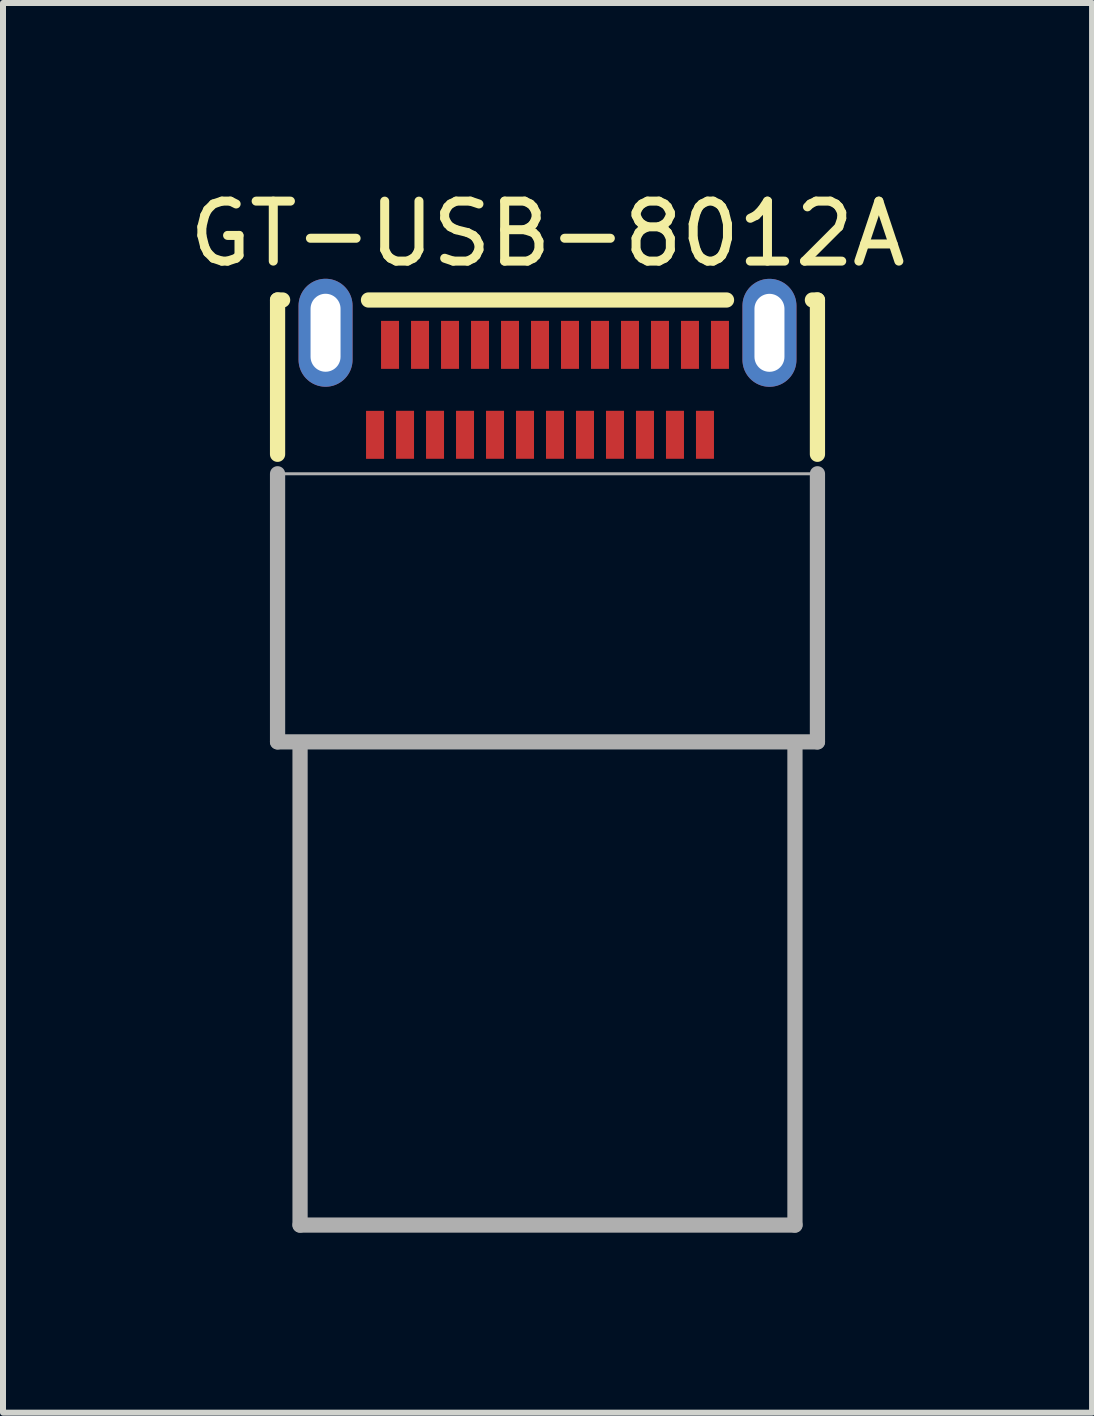
<source format=kicad_pcb>
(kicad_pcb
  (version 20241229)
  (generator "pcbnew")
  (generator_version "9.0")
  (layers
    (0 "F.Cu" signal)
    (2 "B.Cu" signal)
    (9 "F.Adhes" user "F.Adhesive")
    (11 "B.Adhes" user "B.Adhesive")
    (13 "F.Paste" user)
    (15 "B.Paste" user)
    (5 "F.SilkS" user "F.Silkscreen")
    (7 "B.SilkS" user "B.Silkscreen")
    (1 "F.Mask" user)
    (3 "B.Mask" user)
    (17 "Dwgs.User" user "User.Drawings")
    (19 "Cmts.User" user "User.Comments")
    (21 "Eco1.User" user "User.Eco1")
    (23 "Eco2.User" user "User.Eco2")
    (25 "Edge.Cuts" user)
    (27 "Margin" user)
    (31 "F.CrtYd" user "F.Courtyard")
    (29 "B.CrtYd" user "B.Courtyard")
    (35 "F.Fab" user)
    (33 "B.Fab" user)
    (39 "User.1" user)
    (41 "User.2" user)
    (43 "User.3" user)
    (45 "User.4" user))
  (footprint "GT-USB-8012A"
    (layer "F.Cu")
    (at 6.077 3.348)
    (property "Reference" "GT-USB-8012A" (at 0 -2.5 0) (layer "F.SilkS") (effects (font (size 1 1) (thickness 0.15))))
    (fp_line (start -4.5 1.175) (end -4.5 -1.397) (stroke (width 0.254) (type default)) (layer "F.SilkS"))
    (fp_line (start -4.416 -1.397) (end -4.5 -1.397) (stroke (width 0.254) (type default)) (layer "F.SilkS"))
    (fp_line (start 2.984 -1.397) (end -2.984 -1.397) (stroke (width 0.254) (type default)) (layer "F.SilkS"))
    (fp_line (start 4.5 -1.397) (end 4.416 -1.397) (stroke (width 0.254) (type default)) (layer "F.SilkS"))
    (fp_line (start 4.5 1.175) (end 4.5 -1.397) (stroke (width 0.254) (type default)) (layer "F.SilkS"))
    (fp_poly (pts (xy -3.025 1.25) (xy -3.025 0.45) (xy -2.725 0.45) (xy -2.725 1.25)) (stroke (width 0) (type default)) (fill yes) (layer "F.Paste"))
    (fp_poly (pts (xy -2.525 1.25) (xy -2.525 0.45) (xy -2.225 0.45) (xy -2.225 1.25)) (stroke (width 0) (type default)) (fill yes) (layer "F.Paste"))
    (fp_poly (pts (xy -2.475 -1.05) (xy -2.475 -0.249) (xy -2.775 -0.249) (xy -2.775 -1.05)) (stroke (width 0) (type default)) (fill yes) (layer "F.Paste"))
    (fp_poly (pts (xy -2.025 1.25) (xy -2.025 0.45) (xy -1.725 0.45) (xy -1.725 1.25)) (stroke (width 0) (type default)) (fill yes) (layer "F.Paste"))
    (fp_poly (pts (xy -1.975 -1.05) (xy -1.975 -0.249) (xy -2.275 -0.249) (xy -2.275 -1.05)) (stroke (width 0) (type default)) (fill yes) (layer "F.Paste"))
    (fp_poly (pts (xy -1.525 1.25) (xy -1.525 0.45) (xy -1.225 0.45) (xy -1.225 1.25)) (stroke (width 0) (type default)) (fill yes) (layer "F.Paste"))
    (fp_poly (pts (xy -1.475 -1.05) (xy -1.475 -0.249) (xy -1.775 -0.249) (xy -1.775 -1.05)) (stroke (width 0) (type default)) (fill yes) (layer "F.Paste"))
    (fp_poly (pts (xy -1.275 -0.249) (xy -1.275 -1.05) (xy -0.975 -1.05) (xy -0.975 -0.249)) (stroke (width 0) (type default)) (fill yes) (layer "F.Paste"))
    (fp_poly (pts (xy -1.025 1.25) (xy -1.025 0.45) (xy -0.725 0.45) (xy -0.725 1.25)) (stroke (width 0) (type default)) (fill yes) (layer "F.Paste"))
    (fp_poly (pts (xy -0.775 -0.249) (xy -0.775 -1.05) (xy -0.475 -1.05) (xy -0.475 -0.249)) (stroke (width 0) (type default)) (fill yes) (layer "F.Paste"))
    (fp_poly (pts (xy -0.525 1.25) (xy -0.525 0.45) (xy -0.225 0.45) (xy -0.225 1.25)) (stroke (width 0) (type default)) (fill yes) (layer "F.Paste"))
    (fp_poly (pts (xy -0.275 -0.249) (xy -0.275 -1.05) (xy 0.025 -1.05) (xy 0.025 -0.249)) (stroke (width 0) (type default)) (fill yes) (layer "F.Paste"))
    (fp_poly (pts (xy -0.025 1.25) (xy -0.025 0.45) (xy 0.275 0.45) (xy 0.275 1.25)) (stroke (width 0) (type default)) (fill yes) (layer "F.Paste"))
    (fp_poly (pts (xy 0.225 -0.249) (xy 0.225 -1.05) (xy 0.525 -1.05) (xy 0.525 -0.249)) (stroke (width 0) (type default)) (fill yes) (layer "F.Paste"))
    (fp_poly (pts (xy 0.475 1.25) (xy 0.475 0.45) (xy 0.775 0.45) (xy 0.775 1.25)) (stroke (width 0) (type default)) (fill yes) (layer "F.Paste"))
    (fp_poly (pts (xy 0.725 -0.249) (xy 0.725 -1.05) (xy 1.025 -1.05) (xy 1.025 -0.249)) (stroke (width 0) (type default)) (fill yes) (layer "F.Paste"))
    (fp_poly (pts (xy 0.975 1.25) (xy 0.975 0.45) (xy 1.275 0.45) (xy 1.275 1.25)) (stroke (width 0) (type default)) (fill yes) (layer "F.Paste"))
    (fp_poly (pts (xy 1.225 -0.249) (xy 1.225 -1.05) (xy 1.525 -1.05) (xy 1.525 -0.249)) (stroke (width 0) (type default)) (fill yes) (layer "F.Paste"))
    (fp_poly (pts (xy 1.725 -0.249) (xy 1.725 -1.05) (xy 2.025 -1.05) (xy 2.025 -0.249)) (stroke (width 0) (type default)) (fill yes) (layer "F.Paste"))
    (fp_poly (pts (xy 1.775 0.45) (xy 1.775 1.25) (xy 1.475 1.25) (xy 1.475 0.45)) (stroke (width 0) (type default)) (fill yes) (layer "F.Paste"))
    (fp_poly (pts (xy 2.275 0.45) (xy 2.275 1.25) (xy 1.975 1.25) (xy 1.975 0.45)) (stroke (width 0) (type default)) (fill yes) (layer "F.Paste"))
    (fp_poly (pts (xy 2.525 -1.05) (xy 2.525 -0.249) (xy 2.225 -0.249) (xy 2.225 -1.05)) (stroke (width 0) (type default)) (fill yes) (layer "F.Paste"))
    (fp_poly (pts (xy 2.775 0.45) (xy 2.775 1.25) (xy 2.475 1.25) (xy 2.475 0.45)) (stroke (width 0) (type default)) (fill yes) (layer "F.Paste"))
    (fp_poly (pts (xy 3.025 -1.05) (xy 3.025 -0.249) (xy 2.725 -0.249) (xy 2.725 -1.05)) (stroke (width 0) (type default)) (fill yes) (layer "F.Paste"))
    (fp_poly (pts (xy -3.667 -1.749) (xy -3.689 -1.75) (xy -3.711 -1.75) (xy -3.733 -1.749) (xy -3.756 -1.747) (xy -3.778 -1.744) (xy -3.8 -1.739) (xy -3.822 -1.734) (xy -3.844 -1.727) (xy -3.865 -1.719) (xy -3.885 -1.71) (xy -3.905 -1.7) (xy -3.925 -1.69) (xy -3.944 -1.679) (xy -3.962 -1.665) (xy -3.981 -1.652) (xy -3.998 -1.637) (xy -4.014 -1.623) (xy -4.03 -1.607) (xy -4.045 -1.589) (xy -4.059 -1.572) (xy -4.072 -1.554) (xy -4.084 -1.535) (xy -4.095 -1.516) (xy -4.106 -1.496) (xy -4.114 -1.475) (xy -4.123 -1.454) (xy -4.13 -1.433) (xy -4.136 -1.411) (xy -4.141 -1.389) (xy -4.145 -1.367) (xy -4.148 -1.345) (xy -4.149 -1.323) (xy -4.15 -1.3) (xy -4.15 -0.401) (xy -4.149 -0.378) (xy -4.148 -0.355) (xy -4.145 -0.333) (xy -4.141 -0.311) (xy -4.136 -0.289) (xy -4.13 -0.268) (xy -4.123 -0.246) (xy -4.114 -0.226) (xy -4.106 -0.205) (xy -4.095 -0.185) (xy -4.084 -0.166) (xy -4.072 -0.147) (xy -4.059 -0.129) (xy -4.045 -0.111) (xy -4.03 -0.094) (xy -4.014 -0.078) (xy -3.998 -0.063) (xy -3.981 -0.049) (xy -3.962 -0.035) (xy -3.944 -0.022) (xy -3.925 -0.011) (xy -3.905 0) (xy -3.885 0.01) (xy -3.865 0.018) (xy -3.844 0.026) (xy -3.822 0.033) (xy -3.8 0.038) (xy -3.778 0.043) (xy -3.756 0.046) (xy -3.733 0.049) (xy -3.711 0.05) (xy -3.689 0.05) (xy -3.667 0.049) (xy -3.644 0.046) (xy -3.622 0.043) (xy -3.6 0.038) (xy -3.578 0.033) (xy -3.557 0.026) (xy -3.535 0.018) (xy -3.515 0.01) (xy -3.494 0) (xy -3.475 -0.011) (xy -3.456 -0.022) (xy -3.438 -0.035) (xy -3.42 -0.049) (xy -3.402 -0.063) (xy -3.386 -0.078) (xy -3.37 -0.094) (xy -3.356 -0.111) (xy -3.341 -0.129) (xy -3.328 -0.147) (xy -3.316 -0.166) (xy -3.305 -0.185) (xy -3.295 -0.205) (xy -3.285 -0.226) (xy -3.277 -0.246) (xy -3.27 -0.268) (xy -3.264 -0.289) (xy -3.259 -0.311) (xy -3.255 -0.333) (xy -3.252 -0.355) (xy -3.251 -0.378) (xy -3.25 -0.401) (xy -3.25 -1.3) (xy -3.251 -1.323) (xy -3.252 -1.345) (xy -3.255 -1.367) (xy -3.259 -1.389) (xy -3.264 -1.411) (xy -3.27 -1.433) (xy -3.277 -1.454) (xy -3.285 -1.475) (xy -3.295 -1.496) (xy -3.305 -1.516) (xy -3.316 -1.535) (xy -3.328 -1.554) (xy -3.341 -1.572) (xy -3.356 -1.589) (xy -3.37 -1.607) (xy -3.386 -1.623) (xy -3.402 -1.637) (xy -3.42 -1.652) (xy -3.438 -1.665) (xy -3.456 -1.679) (xy -3.475 -1.69) (xy -3.494 -1.7) (xy -3.515 -1.71) (xy -3.535 -1.719) (xy -3.557 -1.727) (xy -3.578 -1.734) (xy -3.6 -1.739) (xy -3.622 -1.744) (xy -3.644 -1.747)) (stroke (width 0) (type default)) (fill yes) (layer "F.Paste"))
    (fp_poly (pts (xy 3.733 -1.748) (xy 3.711 -1.75) (xy 3.689 -1.75) (xy 3.667 -1.748) (xy 3.644 -1.746) (xy 3.622 -1.743) (xy 3.6 -1.738) (xy 3.578 -1.733) (xy 3.557 -1.726) (xy 3.535 -1.718) (xy 3.515 -1.71) (xy 3.494 -1.7) (xy 3.475 -1.69) (xy 3.456 -1.678) (xy 3.438 -1.665) (xy 3.42 -1.651) (xy 3.402 -1.637) (xy 3.386 -1.622) (xy 3.37 -1.606) (xy 3.356 -1.589) (xy 3.341 -1.571) (xy 3.328 -1.553) (xy 3.316 -1.534) (xy 3.305 -1.515) (xy 3.295 -1.495) (xy 3.285 -1.474) (xy 3.277 -1.454) (xy 3.27 -1.433) (xy 3.264 -1.411) (xy 3.259 -1.389) (xy 3.255 -1.367) (xy 3.252 -1.345) (xy 3.251 -1.322) (xy 3.25 -1.3) (xy 3.25 -0.4) (xy 3.251 -0.378) (xy 3.252 -0.355) (xy 3.255 -0.333) (xy 3.259 -0.31) (xy 3.264 -0.288) (xy 3.27 -0.267) (xy 3.277 -0.246) (xy 3.285 -0.225) (xy 3.295 -0.204) (xy 3.305 -0.184) (xy 3.316 -0.165) (xy 3.328 -0.146) (xy 3.341 -0.128) (xy 3.356 -0.111) (xy 3.37 -0.093) (xy 3.386 -0.077) (xy 3.402 -0.062) (xy 3.42 -0.048) (xy 3.438 -0.035) (xy 3.456 -0.021) (xy 3.475 -0.01) (xy 3.494 0.001) (xy 3.515 0.011) (xy 3.535 0.019) (xy 3.557 0.027) (xy 3.578 0.034) (xy 3.6 0.039) (xy 3.622 0.043) (xy 3.644 0.047) (xy 3.667 0.049) (xy 3.689 0.05) (xy 3.711 0.05) (xy 3.733 0.049) (xy 3.756 0.047) (xy 3.778 0.043) (xy 3.8 0.039) (xy 3.822 0.034) (xy 3.844 0.027) (xy 3.865 0.019) (xy 3.885 0.011) (xy 3.905 0.001) (xy 3.925 -0.01) (xy 3.944 -0.021) (xy 3.962 -0.035) (xy 3.981 -0.048) (xy 3.998 -0.062) (xy 4.014 -0.077) (xy 4.03 -0.093) (xy 4.045 -0.111) (xy 4.059 -0.128) (xy 4.072 -0.146) (xy 4.084 -0.165) (xy 4.095 -0.184) (xy 4.106 -0.204) (xy 4.114 -0.225) (xy 4.123 -0.246) (xy 4.13 -0.267) (xy 4.136 -0.288) (xy 4.141 -0.31) (xy 4.145 -0.333) (xy 4.148 -0.355) (xy 4.149 -0.378) (xy 4.15 -0.4) (xy 4.15 -1.3) (xy 4.149 -1.322) (xy 4.148 -1.345) (xy 4.145 -1.367) (xy 4.141 -1.389) (xy 4.136 -1.411) (xy 4.13 -1.433) (xy 4.123 -1.454) (xy 4.114 -1.474) (xy 4.106 -1.495) (xy 4.095 -1.515) (xy 4.084 -1.534) (xy 4.072 -1.553) (xy 4.059 -1.571) (xy 4.045 -1.589) (xy 4.03 -1.606) (xy 4.014 -1.622) (xy 3.998 -1.637) (xy 3.981 -1.651) (xy 3.962 -1.665) (xy 3.944 -1.678) (xy 3.925 -1.69) (xy 3.905 -1.7) (xy 3.885 -1.71) (xy 3.865 -1.718) (xy 3.844 -1.726) (xy 3.822 -1.733) (xy 3.8 -1.738) (xy 3.778 -1.743) (xy 3.756 -1.746)) (stroke (width 0) (type default)) (fill yes) (layer "F.Paste"))
    (fp_line (start -4.5 5.969) (end -4.5 1.5) (stroke (width 0.254) (type default)) (layer "F.Fab"))
    (fp_line (start -4.5 5.969) (end 4.5 5.969) (stroke (width 0.254) (type default)) (layer "F.Fab"))
    (fp_line (start -4.125 14.024) (end -4.125 6.024) (stroke (width 0.254) (type default)) (layer "F.Fab"))
    (fp_line (start 4.125 14.024) (end -4.125 14.024) (stroke (width 0.254) (type default)) (layer "F.Fab"))
    (fp_line (start 4.125 14.024) (end 4.125 6.024) (stroke (width 0.254) (type default)) (layer "F.Fab"))
    (fp_line (start 4.5 1.5) (end -4.5 1.5) (stroke (width 0.05) (type solid)) (layer "F.Fab"))
    (fp_line (start 4.5 5.969) (end 4.5 1.5) (stroke (width 0.254) (type default)) (layer "F.Fab"))
    (pad "A1" smd rect (at 2.875 -0.649) (size 0.3 0.8) (layers "F.Cu" "F.Mask" "F.Paste"))
    (pad "A2" smd rect (at 2.375 -0.649) (size 0.3 0.8) (layers "F.Cu" "F.Mask" "F.Paste"))
    (pad "A3" smd rect (at 1.875 -0.649) (size 0.3 0.8) (layers "F.Cu" "F.Mask" "F.Paste"))
    (pad "A4" smd rect (at 1.375 -0.649) (size 0.3 0.8) (layers "F.Cu" "F.Mask" "F.Paste"))
    (pad "A5" smd rect (at 0.875 -0.649) (size 0.3 0.8) (layers "F.Cu" "F.Mask" "F.Paste"))
    (pad "A6" smd rect (at 0.375 -0.649) (size 0.3 0.8) (layers "F.Cu" "F.Mask" "F.Paste"))
    (pad "A7" smd rect (at -0.125 -0.649) (size 0.3 0.8) (layers "F.Cu" "F.Mask" "F.Paste"))
    (pad "A8" smd rect (at -0.625 -0.649) (size 0.3 0.8) (layers "F.Cu" "F.Mask" "F.Paste"))
    (pad "A9" smd rect (at -1.125 -0.649) (size 0.3 0.8) (layers "F.Cu" "F.Mask" "F.Paste"))
    (pad "A10" smd rect (at -1.625 -0.649) (size 0.3 0.8) (layers "F.Cu" "F.Mask" "F.Paste"))
    (pad "A11" smd rect (at -2.125 -0.649) (size 0.3 0.8) (layers "F.Cu" "F.Mask" "F.Paste"))
    (pad "A12" smd rect (at -2.625 -0.649) (size 0.3 0.8) (layers "F.Cu" "F.Mask" "F.Paste"))
    (pad "B1" smd rect (at -2.875 0.851) (size 0.3 0.8) (layers "F.Cu" "F.Mask" "F.Paste"))
    (pad "B2" smd rect (at -2.375 0.85) (size 0.3 0.8) (layers "F.Cu" "F.Mask" "F.Paste"))
    (pad "B3" smd rect (at -1.875 0.85) (size 0.3 0.8) (layers "F.Cu" "F.Mask" "F.Paste"))
    (pad "B4" smd rect (at -1.375 0.85) (size 0.3 0.8) (layers "F.Cu" "F.Mask" "F.Paste"))
    (pad "B5" smd rect (at -0.875 0.85) (size 0.3 0.8) (layers "F.Cu" "F.Mask" "F.Paste"))
    (pad "B6" smd rect (at -0.375 0.85) (size 0.3 0.8) (layers "F.Cu" "F.Mask" "F.Paste"))
    (pad "B7" smd rect (at 0.125 0.85) (size 0.3 0.8) (layers "F.Cu" "F.Mask" "F.Paste"))
    (pad "B8" smd rect (at 0.625 0.85) (size 0.3 0.8) (layers "F.Cu" "F.Mask" "F.Paste"))
    (pad "B9" smd rect (at 1.125 0.85) (size 0.3 0.8) (layers "F.Cu" "F.Mask" "F.Paste"))
    (pad "B10" smd rect (at 1.625 0.85) (size 0.3 0.8) (layers "F.Cu" "F.Mask" "F.Paste"))
    (pad "B11" smd rect (at 2.125 0.85) (size 0.3 0.8) (layers "F.Cu" "F.Mask" "F.Paste"))
    (pad "B12" smd rect (at 2.625 0.85) (size 0.3 0.8) (layers "F.Cu" "F.Mask" "F.Paste"))
    (pad "S1" thru_hole oval (at -3.7 -0.851) (size 0.9 1.8) (drill oval 0.5 1.3) (layers "*.Cu" "*.Mask"))
    (pad "S1" thru_hole oval (at 3.7 -0.85) (size 0.9 1.8) (drill oval 0.5 1.3) (layers "*.Cu" "*.Mask")))
  (gr_rect
    (start -3 -3)
    (end 15.155 20.499)
    (stroke (width 0.1) (type default))
    (fill no)
    (layer "Edge.Cuts")))
</source>
